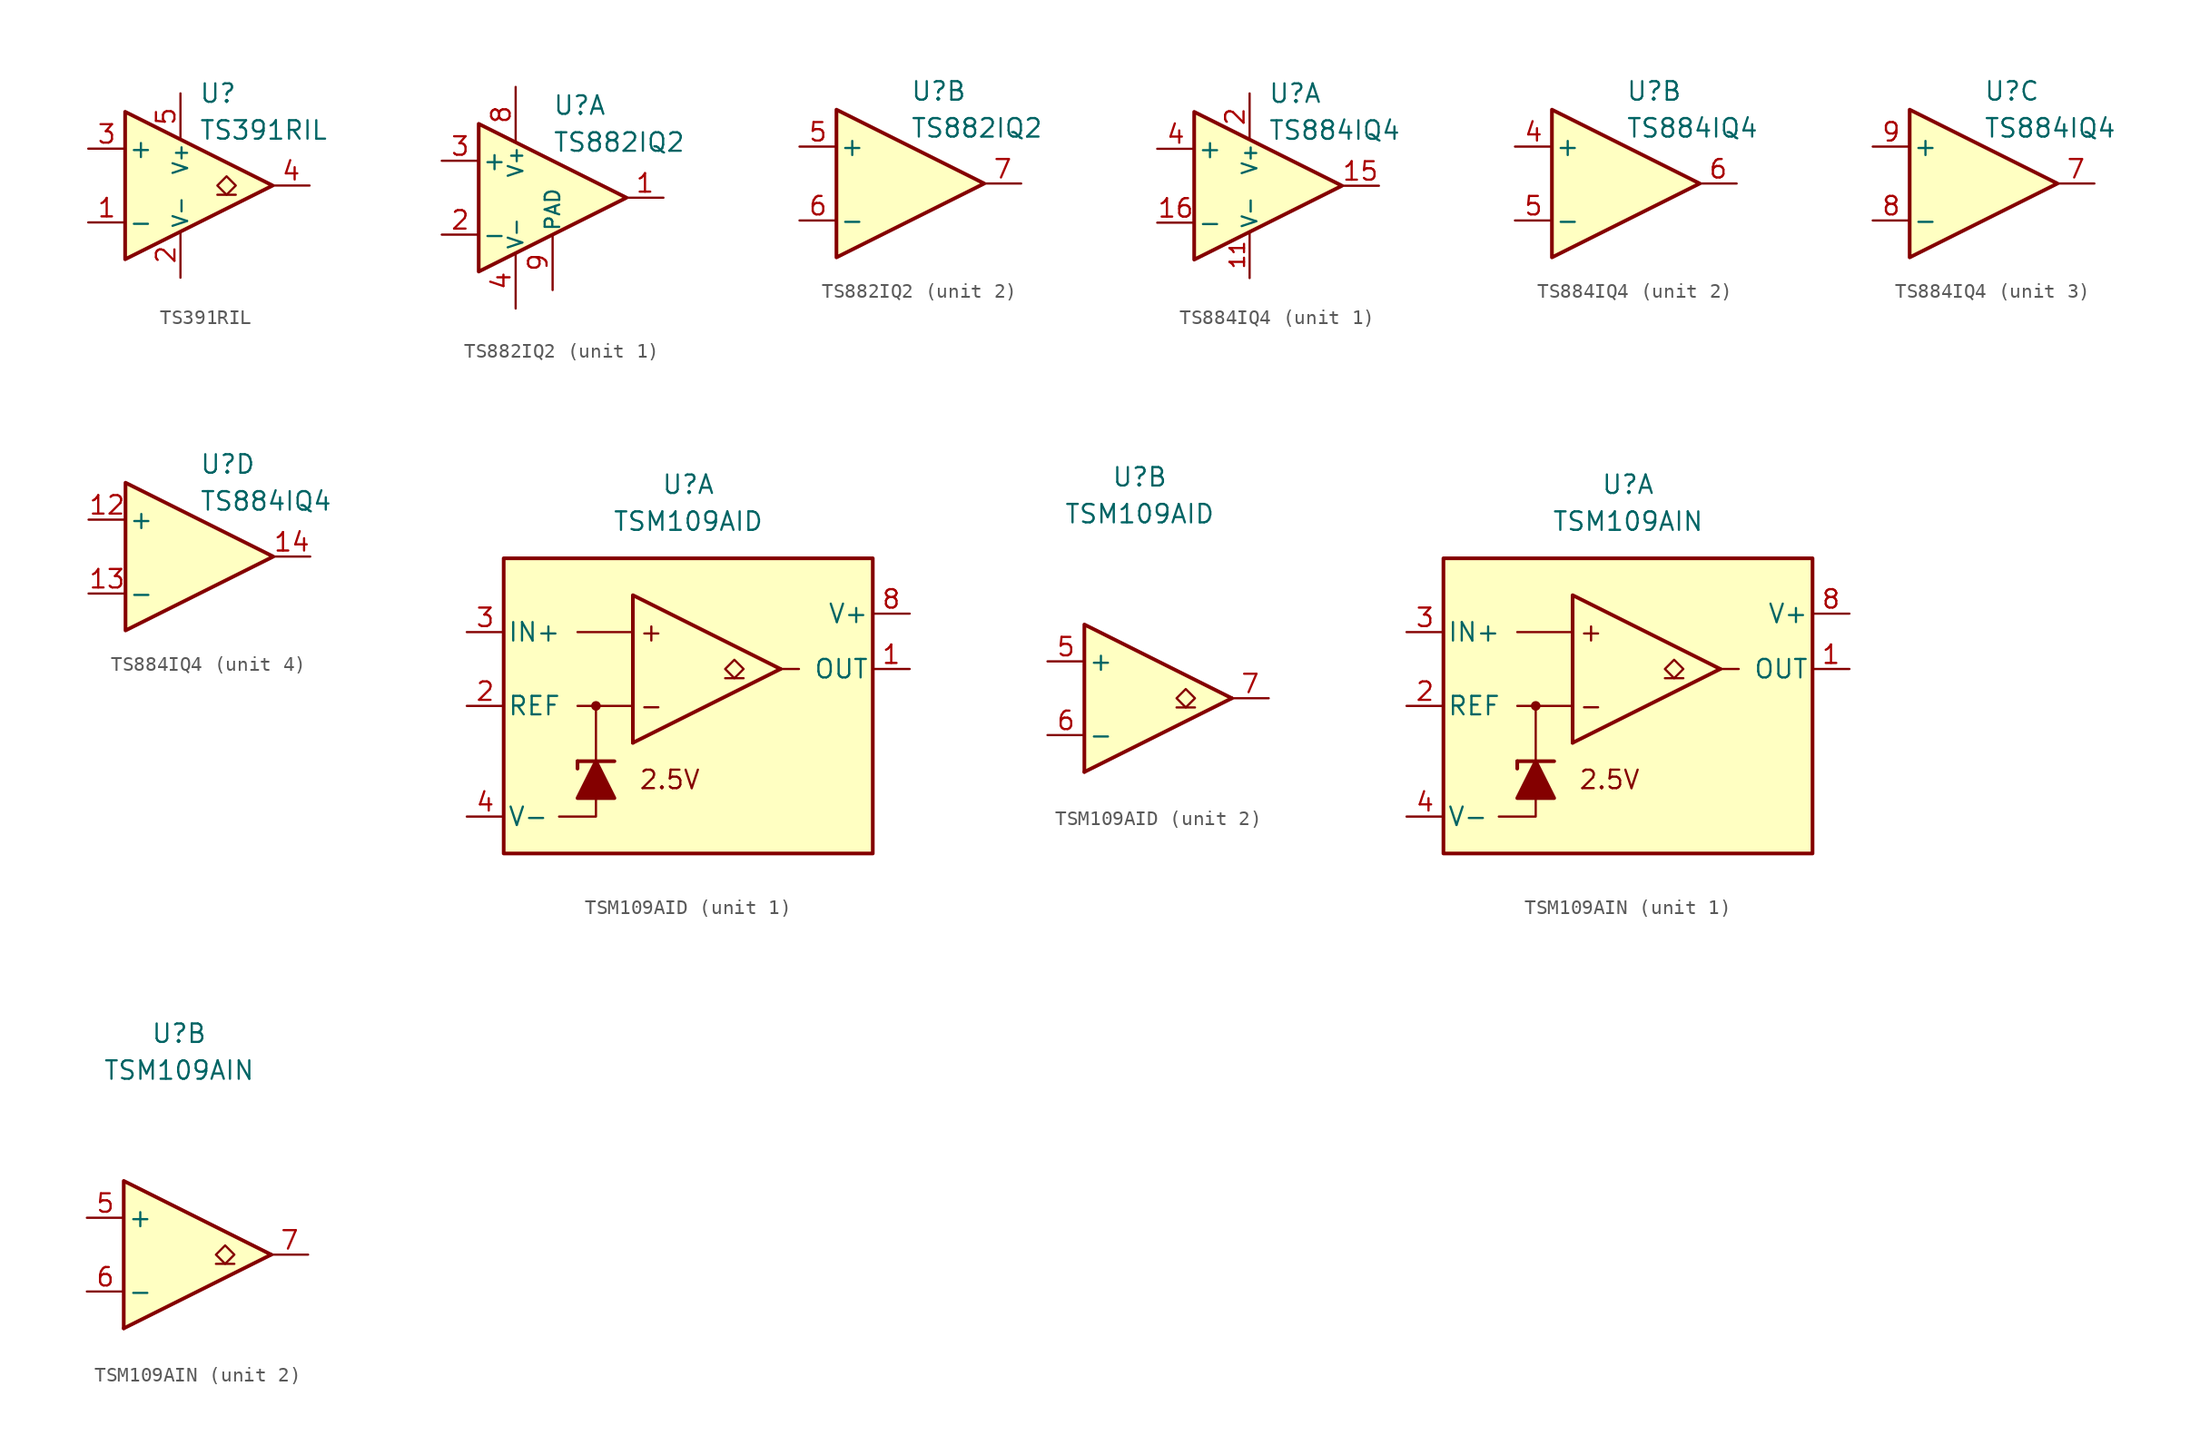
<source format=kicad_sym>
(kicad_symbol_lib
  (version 20231120)
  (generator "kicad_symbol_editor")
  (generator_version "8.0")
  (symbol "TS391RIL"
    (pin_names
      (offset 0.2))
    (property "Reference" "U"
      (at 1.27 6.35 0)
      (effects (font (size 1.27 1.27)) (justify left)))
    (property "Value" "TS391RIL"
      (at 1.27 3.81 0)
      (effects (font (size 1.27 1.27)) (justify left)))
    (symbol "TS391RIL_0_1"
      (polyline (pts (xy -3.81 5.08) (xy -3.81 -5.08) (xy 6.35 0) (xy -3.81 5.08)) (stroke (width 0.254) (type default)) (fill (type background))))
    (symbol "TS391RIL_1_1"
      (polyline (pts (xy 3.81 -0.635) (xy 2.54 -0.635)) (stroke (width 0.152) (type default)) (fill (type none)))
      (polyline (pts (xy 3.175 -0.635) (xy 2.54 0) (xy 3.175 0.635) (xy 3.81 0) (xy 3.175 -0.635)) (stroke (width 0.152) (type default)) (fill (type none)))
      (pin input line (at -6.35 -2.54 0) (length 2.54) (name "-" (effects (font (size 1.27 1.27)))) (number "1" (effects (font (size 1.27 1.27)))))
      (pin power_in line (at 0 -6.35 90) (length 3.18) (name "V-" (effects (font (size 1 1)))) (number "2" (effects (font (size 1.27 1.27)))))
      (pin input line (at -6.35 2.54 0) (length 2.54) (name "+" (effects (font (size 1.27 1.27)))) (number "3" (effects (font (size 1.27 1.27)))))
      (pin open_collector line (at 8.89 0 180) (length 2.54) (name "~" (effects (font (size 1.27 1.27)))) (number "4" (effects (font (size 1.27 1.27)))))
      (pin power_in line (at 0 6.35 270) (length 3.18) (name "V+" (effects (font (size 1 1)))) (number "5" (effects (font (size 1.27 1.27)))))))
  (symbol "TS882IQ2"
    (pin_names
      (offset 0.2))
    (property "Reference" "U"
      (at 1.27 6.35 0)
      (effects (font (size 1.27 1.27)) (justify left)))
    (property "Value" "TS882IQ2"
      (at 1.27 3.81 0)
      (effects (font (size 1.27 1.27)) (justify left)))
    (property "ki_locked" ""
      (at 0 0 0)
      (effects (font (size 1.27 1.27))))
    (symbol "TS882IQ2_0_1"
      (polyline (pts (xy -3.81 5.08) (xy -3.81 -5.08) (xy 6.35 0) (xy -3.81 5.08)) (stroke (width 0.254) (type default)) (fill (type background))))
    (symbol "TS882IQ2_1_1"
      (pin output line (at 8.89 0 180) (length 2.54) (name "~" (effects (font (size 1.27 1.27)))) (number "1" (effects (font (size 1.27 1.27)))))
      (pin input line (at -6.35 -2.54 0) (length 2.54) (name "-" (effects (font (size 1.27 1.27)))) (number "2" (effects (font (size 1.27 1.27)))))
      (pin input line (at -6.35 2.54 0) (length 2.54) (name "+" (effects (font (size 1.27 1.27)))) (number "3" (effects (font (size 1.27 1.27)))))
      (pin power_in line (at -1.27 -7.62 90) (length 3.81) (name "V-" (effects (font (size 1 1)))) (number "4" (effects (font (size 1.27 1.27)))))
      (pin power_in line (at -1.27 7.62 270) (length 3.81) (name "V+" (effects (font (size 1 1)))) (number "8" (effects (font (size 1.27 1.27)))))
      (pin power_in line (at 1.27 -6.35 90) (length 3.81) (name "PAD" (effects (font (size 1 1)))) (number "9" (effects (font (size 1.27 1.27))))))
    (symbol "TS882IQ2_2_1"
      (pin input line (at -6.35 2.54 0) (length 2.54) (name "+" (effects (font (size 1.27 1.27)))) (number "5" (effects (font (size 1.27 1.27)))))
      (pin input line (at -6.35 -2.54 0) (length 2.54) (name "-" (effects (font (size 1.27 1.27)))) (number "6" (effects (font (size 1.27 1.27)))))
      (pin output line (at 8.89 0 180) (length 2.54) (name "~" (effects (font (size 1.27 1.27)))) (number "7" (effects (font (size 1.27 1.27)))))))
  (symbol "TS884IQ4"
    (pin_names
      (offset 0.2))
    (property "Reference" "U"
      (at 1.27 6.35 0)
      (effects (font (size 1.27 1.27)) (justify left)))
    (property "Value" "TS884IQ4"
      (at 1.27 3.81 0)
      (effects (font (size 1.27 1.27)) (justify left)))
    (property "ki_locked" ""
      (at 0 0 0)
      (effects (font (size 1.27 1.27))))
    (symbol "TS884IQ4_0_1"
      (polyline (pts (xy -3.81 5.08) (xy -3.81 -5.08) (xy 6.35 0) (xy -3.81 5.08)) (stroke (width 0.254) (type default)) (fill (type background))))
    (symbol "TS884IQ4_1_1"
      (pin no_connect line (at -1.27 -1.27 0) (length 2.54) hide (name "NC" (effects (font (size 1.27 1.27)))) (number "10" (effects (font (size 1.27 1.27)))))
      (pin power_in line (at 0 -6.35 90) (length 3.18) (name "V-" (effects (font (size 1 1)))) (number "11" (effects (font (size 1 1)))))
      (pin output line (at 8.89 0 180) (length 2.54) (name "~" (effects (font (size 1.27 1.27)))) (number "15" (effects (font (size 1.27 1.27)))))
      (pin input line (at -6.35 -2.54 0) (length 2.54) (name "-" (effects (font (size 1.27 1.27)))) (number "16" (effects (font (size 1.27 1.27)))))
      (pin power_in line (at 0 6.35 270) (length 3.18) (name "V+" (effects (font (size 1 1)))) (number "2" (effects (font (size 1.27 1.27)))))
      (pin no_connect line (at -1.27 1.27 0) (length 2.54) hide (name "NC" (effects (font (size 1.27 1.27)))) (number "3" (effects (font (size 1.27 1.27)))))
      (pin input line (at -6.35 2.54 0) (length 2.54) (name "+" (effects (font (size 1.27 1.27)))) (number "4" (effects (font (size 1.27 1.27))))))
    (symbol "TS884IQ4_2_1"
      (pin input line (at -6.35 2.54 0) (length 2.54) (name "+" (effects (font (size 1.27 1.27)))) (number "4" (effects (font (size 1.27 1.27)))))
      (pin input line (at -6.35 -2.54 0) (length 2.54) (name "-" (effects (font (size 1.27 1.27)))) (number "5" (effects (font (size 1.27 1.27)))))
      (pin output line (at 8.89 0 180) (length 2.54) (name "~" (effects (font (size 1.27 1.27)))) (number "6" (effects (font (size 1.27 1.27))))))
    (symbol "TS884IQ4_3_1"
      (pin output line (at 8.89 0 180) (length 2.54) (name "~" (effects (font (size 1.27 1.27)))) (number "7" (effects (font (size 1.27 1.27)))))
      (pin input line (at -6.35 -2.54 0) (length 2.54) (name "-" (effects (font (size 1.27 1.27)))) (number "8" (effects (font (size 1.27 1.27)))))
      (pin input line (at -6.35 2.54 0) (length 2.54) (name "+" (effects (font (size 1.27 1.27)))) (number "9" (effects (font (size 1.27 1.27))))))
    (symbol "TS884IQ4_4_1"
      (pin input line (at -6.35 2.54 0) (length 2.54) (name "+" (effects (font (size 1.27 1.27)))) (number "12" (effects (font (size 1.27 1.27)))))
      (pin input line (at -6.35 -2.54 0) (length 2.54) (name "-" (effects (font (size 1.27 1.27)))) (number "13" (effects (font (size 1.27 1.27)))))
      (pin output line (at 8.89 0 180) (length 2.54) (name "~" (effects (font (size 1.27 1.27)))) (number "14" (effects (font (size 1.27 1.27)))))))
  (symbol "TSM109AID"
    (pin_names
      (offset 0.254))
    (property "Reference" "U"
      (at 0 15.24 0)
      (effects (font (size 1.27 1.27))))
    (property "Value" "TSM109AID"
      (at 0 12.7 0)
      (effects (font (size 1.27 1.27))))
    (property "ki_locked" ""
      (at 0 0 0)
      (effects (font (size 1.27 1.27))))
    (symbol "TSM109AID_1_0"
      (circle (center -6.35 0) (radius 0.254) (stroke (width 0.152) (type default)) (fill (type outline)))
      (polyline (pts (xy 6.35 2.54) (xy -3.81 -2.54)) (stroke (width 0.254) (type default)) (fill (type none)))
      (polyline (pts (xy 6.35 2.54) (xy -3.81 7.62) (xy -3.81 -2.54)) (stroke (width 0.254) (type default)) (fill (type background))))
    (symbol "TSM109AID_1_1"
      (rectangle (start -12.7 10.16) (end 12.7 -10.16) (stroke (width 0.254) (type default)) (fill (type background)))
      (polyline (pts (xy -7.62 -3.81) (xy -7.62 -4.318)) (stroke (width 0.254) (type default)) (fill (type none)))
      (polyline (pts (xy -7.62 -3.81) (xy -5.08 -3.81)) (stroke (width 0.254) (type default)) (fill (type none)))
      (polyline (pts (xy -6.35 -3.81) (xy -6.35 0)) (stroke (width 0.152) (type default)) (fill (type none)))
      (polyline (pts (xy -3.81 0) (xy -7.62 0)) (stroke (width 0) (type default)) (fill (type none)))
      (polyline (pts (xy -3.81 5.08) (xy -7.62 5.08)) (stroke (width 0) (type default)) (fill (type none)))
      (polyline (pts (xy 3.81 1.905) (xy 2.54 1.905)) (stroke (width 0.152) (type default)) (fill (type none)))
      (polyline (pts (xy 6.35 2.54) (xy 7.62 2.54)) (stroke (width 0) (type default)) (fill (type none)))
      (polyline (pts (xy -6.35 -6.35) (xy -6.35 -7.62) (xy -8.89 -7.62)) (stroke (width 0) (type default)) (fill (type none)))
      (polyline (pts (xy -5.08 -6.35) (xy -7.62 -6.35) (xy -6.35 -3.81) (xy -5.08 -6.35)) (stroke (width 0.254) (type default)) (fill (type outline)))
      (polyline (pts (xy 3.175 1.905) (xy 2.54 2.54) (xy 3.175 3.175) (xy 3.81 2.54) (xy 3.175 1.905)) (stroke (width 0.152) (type default)) (fill (type none)))
      (text "+" (at -2.54 5.08 0) (effects (font (size 1.27 1.27))))
      (text "-" (at -2.54 0 0) (effects (font (size 1.27 1.27))))
      (text "2.5V" (at -1.27 -5.08 0) (effects (font (size 1.27 1.27))))
      (pin output line (at 15.24 2.54 180) (length 2.54) (name "OUT" (effects (font (size 1.27 1.27)))) (number "1" (effects (font (size 1.27 1.27)))))
      (pin output line (at -15.24 0 0) (length 2.54) (name "REF" (effects (font (size 1.27 1.27)))) (number "2" (effects (font (size 1.27 1.27)))))
      (pin input line (at -15.24 5.08 0) (length 2.54) (name "IN+" (effects (font (size 1.27 1.27)))) (number "3" (effects (font (size 1.27 1.27)))))
      (pin power_in line (at -15.24 -7.62 0) (length 2.54) (name "V-" (effects (font (size 1.27 1.27)))) (number "4" (effects (font (size 1.27 1.27)))))
      (pin power_in line (at 15.24 6.35 180) (length 2.54) (name "V+" (effects (font (size 1.27 1.27)))) (number "8" (effects (font (size 1.27 1.27))))))
    (symbol "TSM109AID_2_0"
      (polyline (pts (xy 6.35 0) (xy -3.81 -5.08)) (stroke (width 0.254) (type default)) (fill (type none)))
      (polyline (pts (xy 6.35 0) (xy -3.81 5.08) (xy -3.81 -5.08)) (stroke (width 0.254) (type default)) (fill (type background))))
    (symbol "TSM109AID_2_1"
      (polyline (pts (xy 3.81 -0.635) (xy 2.54 -0.635)) (stroke (width 0.152) (type default)) (fill (type none)))
      (polyline (pts (xy 3.175 -0.635) (xy 2.54 0) (xy 3.175 0.635) (xy 3.81 0) (xy 3.175 -0.635)) (stroke (width 0.152) (type default)) (fill (type none)))
      (pin input line (at -6.35 2.54 0) (length 2.54) (name "+" (effects (font (size 1.27 1.27)))) (number "5" (effects (font (size 1.27 1.27)))))
      (pin input line (at -6.35 -2.54 0) (length 2.54) (name "-" (effects (font (size 1.27 1.27)))) (number "6" (effects (font (size 1.27 1.27)))))
      (pin output line (at 8.89 0 180) (length 2.54) (name "~" (effects (font (size 1.27 1.27)))) (number "7" (effects (font (size 1.27 1.27)))))))
  (symbol "TSM109AIN"
    (pin_names
      (offset 0.254))
    (property "Reference" "U"
      (at 0 15.24 0)
      (effects (font (size 1.27 1.27))))
    (property "Value" "TSM109AIN"
      (at 0 12.7 0)
      (effects (font (size 1.27 1.27))))
    (property "ki_locked" ""
      (at 0 0 0)
      (effects (font (size 1.27 1.27))))
    (symbol "TSM109AIN_1_0"
      (circle (center -6.35 0) (radius 0.254) (stroke (width 0.152) (type default)) (fill (type outline)))
      (polyline (pts (xy 6.35 2.54) (xy -3.81 -2.54)) (stroke (width 0.254) (type default)) (fill (type none)))
      (polyline (pts (xy 6.35 2.54) (xy -3.81 7.62) (xy -3.81 -2.54)) (stroke (width 0.254) (type default)) (fill (type background))))
    (symbol "TSM109AIN_1_1"
      (rectangle (start -12.7 10.16) (end 12.7 -10.16) (stroke (width 0.254) (type default)) (fill (type background)))
      (polyline (pts (xy -7.62 -3.81) (xy -7.62 -4.318)) (stroke (width 0.254) (type default)) (fill (type none)))
      (polyline (pts (xy -7.62 -3.81) (xy -5.08 -3.81)) (stroke (width 0.254) (type default)) (fill (type none)))
      (polyline (pts (xy -6.35 -3.81) (xy -6.35 0)) (stroke (width 0.152) (type default)) (fill (type none)))
      (polyline (pts (xy -3.81 0) (xy -7.62 0)) (stroke (width 0) (type default)) (fill (type none)))
      (polyline (pts (xy -3.81 5.08) (xy -7.62 5.08)) (stroke (width 0) (type default)) (fill (type none)))
      (polyline (pts (xy 3.81 1.905) (xy 2.54 1.905)) (stroke (width 0.152) (type default)) (fill (type none)))
      (polyline (pts (xy 6.35 2.54) (xy 7.62 2.54)) (stroke (width 0) (type default)) (fill (type none)))
      (polyline (pts (xy -6.35 -6.35) (xy -6.35 -7.62) (xy -8.89 -7.62)) (stroke (width 0) (type default)) (fill (type none)))
      (polyline (pts (xy -5.08 -6.35) (xy -7.62 -6.35) (xy -6.35 -3.81) (xy -5.08 -6.35)) (stroke (width 0.254) (type default)) (fill (type outline)))
      (polyline (pts (xy 3.175 1.905) (xy 2.54 2.54) (xy 3.175 3.175) (xy 3.81 2.54) (xy 3.175 1.905)) (stroke (width 0.152) (type default)) (fill (type none)))
      (text "+" (at -2.54 5.08 0) (effects (font (size 1.27 1.27))))
      (text "-" (at -2.54 0 0) (effects (font (size 1.27 1.27))))
      (text "2.5V" (at -1.27 -5.08 0) (effects (font (size 1.27 1.27))))
      (pin output line (at 15.24 2.54 180) (length 2.54) (name "OUT" (effects (font (size 1.27 1.27)))) (number "1" (effects (font (size 1.27 1.27)))))
      (pin output line (at -15.24 0 0) (length 2.54) (name "REF" (effects (font (size 1.27 1.27)))) (number "2" (effects (font (size 1.27 1.27)))))
      (pin input line (at -15.24 5.08 0) (length 2.54) (name "IN+" (effects (font (size 1.27 1.27)))) (number "3" (effects (font (size 1.27 1.27)))))
      (pin power_in line (at -15.24 -7.62 0) (length 2.54) (name "V-" (effects (font (size 1.27 1.27)))) (number "4" (effects (font (size 1.27 1.27)))))
      (pin power_in line (at 15.24 6.35 180) (length 2.54) (name "V+" (effects (font (size 1.27 1.27)))) (number "8" (effects (font (size 1.27 1.27))))))
    (symbol "TSM109AIN_2_0"
      (polyline (pts (xy 6.35 0) (xy -3.81 -5.08)) (stroke (width 0.254) (type default)) (fill (type none)))
      (polyline (pts (xy 6.35 0) (xy -3.81 5.08) (xy -3.81 -5.08)) (stroke (width 0.254) (type default)) (fill (type background))))
    (symbol "TSM109AIN_2_1"
      (polyline (pts (xy 3.81 -0.635) (xy 2.54 -0.635)) (stroke (width 0.152) (type default)) (fill (type none)))
      (polyline (pts (xy 3.175 -0.635) (xy 2.54 0) (xy 3.175 0.635) (xy 3.81 0) (xy 3.175 -0.635)) (stroke (width 0.152) (type default)) (fill (type none)))
      (pin input line (at -6.35 2.54 0) (length 2.54) (name "+" (effects (font (size 1.27 1.27)))) (number "5" (effects (font (size 1.27 1.27)))))
      (pin input line (at -6.35 -2.54 0) (length 2.54) (name "-" (effects (font (size 1.27 1.27)))) (number "6" (effects (font (size 1.27 1.27)))))
      (pin output line (at 8.89 0 180) (length 2.54) (name "~" (effects (font (size 1.27 1.27)))) (number "7" (effects (font (size 1.27 1.27))))))))
</source>
